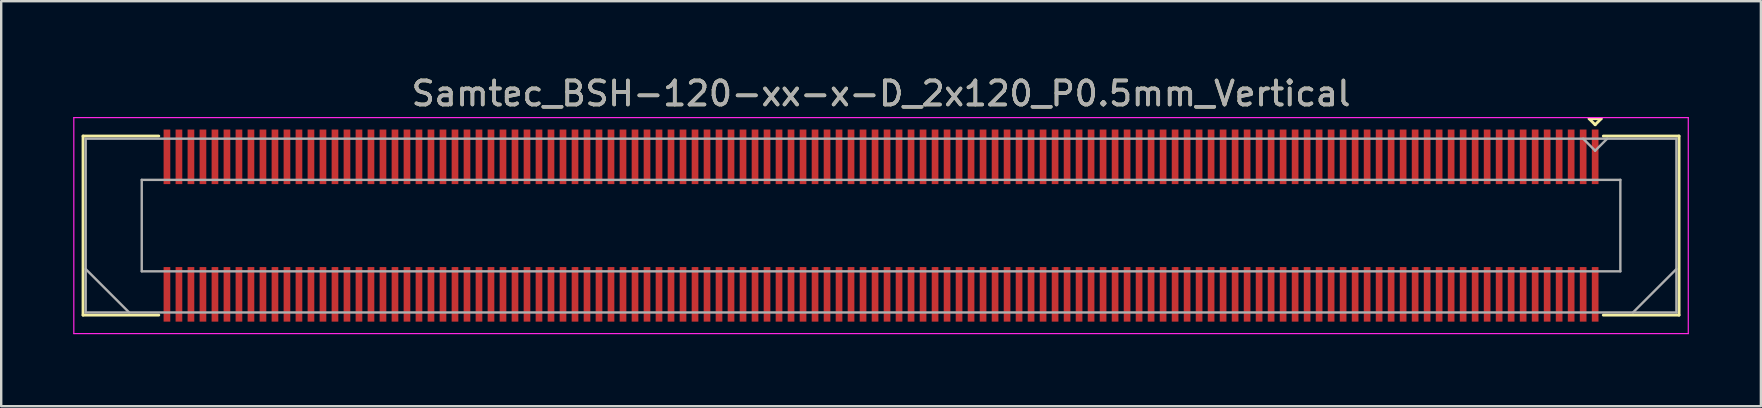
<source format=kicad_pcb>
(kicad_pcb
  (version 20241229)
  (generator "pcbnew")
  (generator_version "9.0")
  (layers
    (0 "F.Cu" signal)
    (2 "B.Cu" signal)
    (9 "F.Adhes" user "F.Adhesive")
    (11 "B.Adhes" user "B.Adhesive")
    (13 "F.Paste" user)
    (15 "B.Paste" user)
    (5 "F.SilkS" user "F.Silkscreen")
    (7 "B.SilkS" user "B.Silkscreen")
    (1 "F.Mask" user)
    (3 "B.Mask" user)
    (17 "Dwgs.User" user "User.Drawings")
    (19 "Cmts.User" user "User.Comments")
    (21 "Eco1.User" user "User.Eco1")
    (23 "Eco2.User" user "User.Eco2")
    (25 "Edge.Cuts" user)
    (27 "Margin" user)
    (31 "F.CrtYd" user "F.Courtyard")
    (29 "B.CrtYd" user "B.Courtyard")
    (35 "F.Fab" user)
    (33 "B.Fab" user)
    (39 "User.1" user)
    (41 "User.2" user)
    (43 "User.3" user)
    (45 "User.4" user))
  (footprint "Samtec_BSH-120-xx-x-D_2x120_P0.5mm_Vertical"
    (layer "F.Cu")
    (at 33.655 6.348)
    (property "Reference" "Samtec_BSH-120-xx-x-D_2x120_P0.5mm_Vertical" (at 0 -5.5 0) (layer "F.SilkS") (effects (font (size 1 1) (thickness 0.15))))
    (attr smd)
    (fp_line (start -33.245 -3.73) (end -30.09 -3.73) (stroke (width 0.12) (type solid)) (layer "F.SilkS"))
    (fp_line (start -33.245 3.73) (end -33.245 -3.73) (stroke (width 0.12) (type solid)) (layer "F.SilkS"))
    (fp_line (start -30.09 3.73) (end -33.245 3.73) (stroke (width 0.12) (type solid)) (layer "F.SilkS"))
    (fp_line (start 29.5 -4.452) (end 30 -4.452) (stroke (width 0.12) (type solid)) (layer "F.SilkS"))
    (fp_line (start 29.75 -4.202) (end 29.5 -4.452) (stroke (width 0.12) (type solid)) (layer "F.SilkS"))
    (fp_line (start 30 -4.452) (end 29.75 -4.202) (stroke (width 0.12) (type solid)) (layer "F.SilkS"))
    (fp_line (start 30.09 3.73) (end 33.245 3.73) (stroke (width 0.12) (type solid)) (layer "F.SilkS"))
    (fp_line (start 33.245 -3.73) (end 30.09 -3.73) (stroke (width 0.12) (type solid)) (layer "F.SilkS"))
    (fp_line (start 33.245 3.73) (end 33.245 -3.73) (stroke (width 0.12) (type solid)) (layer "F.SilkS"))
    (fp_line (start -33.63 -4.5) (end -33.63 4.5) (stroke (width 0.05) (type solid)) (layer "F.CrtYd"))
    (fp_line (start -33.63 4.5) (end 33.63 4.5) (stroke (width 0.05) (type solid)) (layer "F.CrtYd"))
    (fp_line (start 33.63 -4.5) (end -33.63 -4.5) (stroke (width 0.05) (type solid)) (layer "F.CrtYd"))
    (fp_line (start 33.63 4.5) (end 33.63 -4.5) (stroke (width 0.05) (type solid)) (layer "F.CrtYd"))
    (fp_line (start -33.135 -3.62) (end -33.135 3.62) (stroke (width 0.1) (type solid)) (layer "F.Fab"))
    (fp_line (start -33.135 1.81) (end -31.325 3.62) (stroke (width 0.1) (type solid)) (layer "F.Fab"))
    (fp_line (start -33.135 3.62) (end 33.135 3.62) (stroke (width 0.1) (type solid)) (layer "F.Fab"))
    (fp_line (start -30.8 -1.905) (end -30.8 1.905) (stroke (width 0.1) (type solid)) (layer "F.Fab"))
    (fp_line (start -30.8 1.905) (end 30.8 1.905) (stroke (width 0.1) (type solid)) (layer "F.Fab"))
    (fp_line (start 29.75 -3.12) (end 29.25 -3.62) (stroke (width 0.1) (type solid)) (layer "F.Fab"))
    (fp_line (start 30.25 -3.62) (end 29.75 -3.12) (stroke (width 0.1) (type solid)) (layer "F.Fab"))
    (fp_line (start 30.8 -1.905) (end -30.8 -1.905) (stroke (width 0.1) (type solid)) (layer "F.Fab"))
    (fp_line (start 30.8 1.905) (end 30.8 -1.905) (stroke (width 0.1) (type solid)) (layer "F.Fab"))
    (fp_line (start 33.135 -3.62) (end -33.135 -3.62) (stroke (width 0.1) (type solid)) (layer "F.Fab"))
    (fp_line (start 33.135 1.81) (end 31.325 3.62) (stroke (width 0.1) (type solid)) (layer "F.Fab"))
    (fp_line (start 33.135 3.62) (end 33.135 -3.62) (stroke (width 0.1) (type solid)) (layer "F.Fab"))
    (fp_text user "${REFERENCE}" (at 0 -5.5 0) (layer "F.Fab") (effects (font (size 1 1) (thickness 0.15))))
    (pad "1" smd rect (at 29.75 -2.865) (size 0.279 2.273) (layers "F.Cu" "F.Mask" "F.Paste"))
    (pad "2" smd rect (at 29.75 2.865) (size 0.279 2.273) (layers "F.Cu" "F.Mask" "F.Paste"))
    (pad "3" smd rect (at 29.25 -2.865) (size 0.279 2.273) (layers "F.Cu" "F.Mask" "F.Paste"))
    (pad "4" smd rect (at 29.25 2.865) (size 0.279 2.273) (layers "F.Cu" "F.Mask" "F.Paste"))
    (pad "5" smd rect (at 28.75 -2.865) (size 0.279 2.273) (layers "F.Cu" "F.Mask" "F.Paste"))
    (pad "6" smd rect (at 28.75 2.865) (size 0.279 2.273) (layers "F.Cu" "F.Mask" "F.Paste"))
    (pad "7" smd rect (at 28.25 -2.865) (size 0.279 2.273) (layers "F.Cu" "F.Mask" "F.Paste"))
    (pad "8" smd rect (at 28.25 2.865) (size 0.279 2.273) (layers "F.Cu" "F.Mask" "F.Paste"))
    (pad "9" smd rect (at 27.75 -2.865) (size 0.279 2.273) (layers "F.Cu" "F.Mask" "F.Paste"))
    (pad "10" smd rect (at 27.75 2.865) (size 0.279 2.273) (layers "F.Cu" "F.Mask" "F.Paste"))
    (pad "11" smd rect (at 27.25 -2.865) (size 0.279 2.273) (layers "F.Cu" "F.Mask" "F.Paste"))
    (pad "12" smd rect (at 27.25 2.865) (size 0.279 2.273) (layers "F.Cu" "F.Mask" "F.Paste"))
    (pad "13" smd rect (at 26.75 -2.865) (size 0.279 2.273) (layers "F.Cu" "F.Mask" "F.Paste"))
    (pad "14" smd rect (at 26.75 2.865) (size 0.279 2.273) (layers "F.Cu" "F.Mask" "F.Paste"))
    (pad "15" smd rect (at 26.25 -2.865) (size 0.279 2.273) (layers "F.Cu" "F.Mask" "F.Paste"))
    (pad "16" smd rect (at 26.25 2.865) (size 0.279 2.273) (layers "F.Cu" "F.Mask" "F.Paste"))
    (pad "17" smd rect (at 25.75 -2.865) (size 0.279 2.273) (layers "F.Cu" "F.Mask" "F.Paste"))
    (pad "18" smd rect (at 25.75 2.865) (size 0.279 2.273) (layers "F.Cu" "F.Mask" "F.Paste"))
    (pad "19" smd rect (at 25.25 -2.865) (size 0.279 2.273) (layers "F.Cu" "F.Mask" "F.Paste"))
    (pad "20" smd rect (at 25.25 2.865) (size 0.279 2.273) (layers "F.Cu" "F.Mask" "F.Paste"))
    (pad "21" smd rect (at 24.75 -2.865) (size 0.279 2.273) (layers "F.Cu" "F.Mask" "F.Paste"))
    (pad "22" smd rect (at 24.75 2.865) (size 0.279 2.273) (layers "F.Cu" "F.Mask" "F.Paste"))
    (pad "23" smd rect (at 24.25 -2.865) (size 0.279 2.273) (layers "F.Cu" "F.Mask" "F.Paste"))
    (pad "24" smd rect (at 24.25 2.865) (size 0.279 2.273) (layers "F.Cu" "F.Mask" "F.Paste"))
    (pad "25" smd rect (at 23.75 -2.865) (size 0.279 2.273) (layers "F.Cu" "F.Mask" "F.Paste"))
    (pad "26" smd rect (at 23.75 2.865) (size 0.279 2.273) (layers "F.Cu" "F.Mask" "F.Paste"))
    (pad "27" smd rect (at 23.25 -2.865) (size 0.279 2.273) (layers "F.Cu" "F.Mask" "F.Paste"))
    (pad "28" smd rect (at 23.25 2.865) (size 0.279 2.273) (layers "F.Cu" "F.Mask" "F.Paste"))
    (pad "29" smd rect (at 22.75 -2.865) (size 0.279 2.273) (layers "F.Cu" "F.Mask" "F.Paste"))
    (pad "30" smd rect (at 22.75 2.865) (size 0.279 2.273) (layers "F.Cu" "F.Mask" "F.Paste"))
    (pad "31" smd rect (at 22.25 -2.865) (size 0.279 2.273) (layers "F.Cu" "F.Mask" "F.Paste"))
    (pad "32" smd rect (at 22.25 2.865) (size 0.279 2.273) (layers "F.Cu" "F.Mask" "F.Paste"))
    (pad "33" smd rect (at 21.75 -2.865) (size 0.279 2.273) (layers "F.Cu" "F.Mask" "F.Paste"))
    (pad "34" smd rect (at 21.75 2.865) (size 0.279 2.273) (layers "F.Cu" "F.Mask" "F.Paste"))
    (pad "35" smd rect (at 21.25 -2.865) (size 0.279 2.273) (layers "F.Cu" "F.Mask" "F.Paste"))
    (pad "36" smd rect (at 21.25 2.865) (size 0.279 2.273) (layers "F.Cu" "F.Mask" "F.Paste"))
    (pad "37" smd rect (at 20.75 -2.865) (size 0.279 2.273) (layers "F.Cu" "F.Mask" "F.Paste"))
    (pad "38" smd rect (at 20.75 2.865) (size 0.279 2.273) (layers "F.Cu" "F.Mask" "F.Paste"))
    (pad "39" smd rect (at 20.25 -2.865) (size 0.279 2.273) (layers "F.Cu" "F.Mask" "F.Paste"))
    (pad "40" smd rect (at 20.25 2.865) (size 0.279 2.273) (layers "F.Cu" "F.Mask" "F.Paste"))
    (pad "41" smd rect (at 19.75 -2.865) (size 0.279 2.273) (layers "F.Cu" "F.Mask" "F.Paste"))
    (pad "42" smd rect (at 19.75 2.865) (size 0.279 2.273) (layers "F.Cu" "F.Mask" "F.Paste"))
    (pad "43" smd rect (at 19.25 -2.865) (size 0.279 2.273) (layers "F.Cu" "F.Mask" "F.Paste"))
    (pad "44" smd rect (at 19.25 2.865) (size 0.279 2.273) (layers "F.Cu" "F.Mask" "F.Paste"))
    (pad "45" smd rect (at 18.75 -2.865) (size 0.279 2.273) (layers "F.Cu" "F.Mask" "F.Paste"))
    (pad "46" smd rect (at 18.75 2.865) (size 0.279 2.273) (layers "F.Cu" "F.Mask" "F.Paste"))
    (pad "47" smd rect (at 18.25 -2.865) (size 0.279 2.273) (layers "F.Cu" "F.Mask" "F.Paste"))
    (pad "48" smd rect (at 18.25 2.865) (size 0.279 2.273) (layers "F.Cu" "F.Mask" "F.Paste"))
    (pad "49" smd rect (at 17.75 -2.865) (size 0.279 2.273) (layers "F.Cu" "F.Mask" "F.Paste"))
    (pad "50" smd rect (at 17.75 2.865) (size 0.279 2.273) (layers "F.Cu" "F.Mask" "F.Paste"))
    (pad "51" smd rect (at 17.25 -2.865) (size 0.279 2.273) (layers "F.Cu" "F.Mask" "F.Paste"))
    (pad "52" smd rect (at 17.25 2.865) (size 0.279 2.273) (layers "F.Cu" "F.Mask" "F.Paste"))
    (pad "53" smd rect (at 16.75 -2.865) (size 0.279 2.273) (layers "F.Cu" "F.Mask" "F.Paste"))
    (pad "54" smd rect (at 16.75 2.865) (size 0.279 2.273) (layers "F.Cu" "F.Mask" "F.Paste"))
    (pad "55" smd rect (at 16.25 -2.865) (size 0.279 2.273) (layers "F.Cu" "F.Mask" "F.Paste"))
    (pad "56" smd rect (at 16.25 2.865) (size 0.279 2.273) (layers "F.Cu" "F.Mask" "F.Paste"))
    (pad "57" smd rect (at 15.75 -2.865) (size 0.279 2.273) (layers "F.Cu" "F.Mask" "F.Paste"))
    (pad "58" smd rect (at 15.75 2.865) (size 0.279 2.273) (layers "F.Cu" "F.Mask" "F.Paste"))
    (pad "59" smd rect (at 15.25 -2.865) (size 0.279 2.273) (layers "F.Cu" "F.Mask" "F.Paste"))
    (pad "60" smd rect (at 15.25 2.865) (size 0.279 2.273) (layers "F.Cu" "F.Mask" "F.Paste"))
    (pad "61" smd rect (at 14.75 -2.865) (size 0.279 2.273) (layers "F.Cu" "F.Mask" "F.Paste"))
    (pad "62" smd rect (at 14.75 2.865) (size 0.279 2.273) (layers "F.Cu" "F.Mask" "F.Paste"))
    (pad "63" smd rect (at 14.25 -2.865) (size 0.279 2.273) (layers "F.Cu" "F.Mask" "F.Paste"))
    (pad "64" smd rect (at 14.25 2.865) (size 0.279 2.273) (layers "F.Cu" "F.Mask" "F.Paste"))
    (pad "65" smd rect (at 13.75 -2.865) (size 0.279 2.273) (layers "F.Cu" "F.Mask" "F.Paste"))
    (pad "66" smd rect (at 13.75 2.865) (size 0.279 2.273) (layers "F.Cu" "F.Mask" "F.Paste"))
    (pad "67" smd rect (at 13.25 -2.865) (size 0.279 2.273) (layers "F.Cu" "F.Mask" "F.Paste"))
    (pad "68" smd rect (at 13.25 2.865) (size 0.279 2.273) (layers "F.Cu" "F.Mask" "F.Paste"))
    (pad "69" smd rect (at 12.75 -2.865) (size 0.279 2.273) (layers "F.Cu" "F.Mask" "F.Paste"))
    (pad "70" smd rect (at 12.75 2.865) (size 0.279 2.273) (layers "F.Cu" "F.Mask" "F.Paste"))
    (pad "71" smd rect (at 12.25 -2.865) (size 0.279 2.273) (layers "F.Cu" "F.Mask" "F.Paste"))
    (pad "72" smd rect (at 12.25 2.865) (size 0.279 2.273) (layers "F.Cu" "F.Mask" "F.Paste"))
    (pad "73" smd rect (at 11.75 -2.865) (size 0.279 2.273) (layers "F.Cu" "F.Mask" "F.Paste"))
    (pad "74" smd rect (at 11.75 2.865) (size 0.279 2.273) (layers "F.Cu" "F.Mask" "F.Paste"))
    (pad "75" smd rect (at 11.25 -2.865) (size 0.279 2.273) (layers "F.Cu" "F.Mask" "F.Paste"))
    (pad "76" smd rect (at 11.25 2.865) (size 0.279 2.273) (layers "F.Cu" "F.Mask" "F.Paste"))
    (pad "77" smd rect (at 10.75 -2.865) (size 0.279 2.273) (layers "F.Cu" "F.Mask" "F.Paste"))
    (pad "78" smd rect (at 10.75 2.865) (size 0.279 2.273) (layers "F.Cu" "F.Mask" "F.Paste"))
    (pad "79" smd rect (at 10.25 -2.865) (size 0.279 2.273) (layers "F.Cu" "F.Mask" "F.Paste"))
    (pad "80" smd rect (at 10.25 2.865) (size 0.279 2.273) (layers "F.Cu" "F.Mask" "F.Paste"))
    (pad "81" smd rect (at 9.75 -2.865) (size 0.279 2.273) (layers "F.Cu" "F.Mask" "F.Paste"))
    (pad "82" smd rect (at 9.75 2.865) (size 0.279 2.273) (layers "F.Cu" "F.Mask" "F.Paste"))
    (pad "83" smd rect (at 9.25 -2.865) (size 0.279 2.273) (layers "F.Cu" "F.Mask" "F.Paste"))
    (pad "84" smd rect (at 9.25 2.865) (size 0.279 2.273) (layers "F.Cu" "F.Mask" "F.Paste"))
    (pad "85" smd rect (at 8.75 -2.865) (size 0.279 2.273) (layers "F.Cu" "F.Mask" "F.Paste"))
    (pad "86" smd rect (at 8.75 2.865) (size 0.279 2.273) (layers "F.Cu" "F.Mask" "F.Paste"))
    (pad "87" smd rect (at 8.25 -2.865) (size 0.279 2.273) (layers "F.Cu" "F.Mask" "F.Paste"))
    (pad "88" smd rect (at 8.25 2.865) (size 0.279 2.273) (layers "F.Cu" "F.Mask" "F.Paste"))
    (pad "89" smd rect (at 7.75 -2.865) (size 0.279 2.273) (layers "F.Cu" "F.Mask" "F.Paste"))
    (pad "90" smd rect (at 7.75 2.865) (size 0.279 2.273) (layers "F.Cu" "F.Mask" "F.Paste"))
    (pad "91" smd rect (at 7.25 -2.865) (size 0.279 2.273) (layers "F.Cu" "F.Mask" "F.Paste"))
    (pad "92" smd rect (at 7.25 2.865) (size 0.279 2.273) (layers "F.Cu" "F.Mask" "F.Paste"))
    (pad "93" smd rect (at 6.75 -2.865) (size 0.279 2.273) (layers "F.Cu" "F.Mask" "F.Paste"))
    (pad "94" smd rect (at 6.75 2.865) (size 0.279 2.273) (layers "F.Cu" "F.Mask" "F.Paste"))
    (pad "95" smd rect (at 6.25 -2.865) (size 0.279 2.273) (layers "F.Cu" "F.Mask" "F.Paste"))
    (pad "96" smd rect (at 6.25 2.865) (size 0.279 2.273) (layers "F.Cu" "F.Mask" "F.Paste"))
    (pad "97" smd rect (at 5.75 -2.865) (size 0.279 2.273) (layers "F.Cu" "F.Mask" "F.Paste"))
    (pad "98" smd rect (at 5.75 2.865) (size 0.279 2.273) (layers "F.Cu" "F.Mask" "F.Paste"))
    (pad "99" smd rect (at 5.25 -2.865) (size 0.279 2.273) (layers "F.Cu" "F.Mask" "F.Paste"))
    (pad "100" smd rect (at 5.25 2.865) (size 0.279 2.273) (layers "F.Cu" "F.Mask" "F.Paste"))
    (pad "101" smd rect (at 4.75 -2.865) (size 0.279 2.273) (layers "F.Cu" "F.Mask" "F.Paste"))
    (pad "102" smd rect (at 4.75 2.865) (size 0.279 2.273) (layers "F.Cu" "F.Mask" "F.Paste"))
    (pad "103" smd rect (at 4.25 -2.865) (size 0.279 2.273) (layers "F.Cu" "F.Mask" "F.Paste"))
    (pad "104" smd rect (at 4.25 2.865) (size 0.279 2.273) (layers "F.Cu" "F.Mask" "F.Paste"))
    (pad "105" smd rect (at 3.75 -2.865) (size 0.279 2.273) (layers "F.Cu" "F.Mask" "F.Paste"))
    (pad "106" smd rect (at 3.75 2.865) (size 0.279 2.273) (layers "F.Cu" "F.Mask" "F.Paste"))
    (pad "107" smd rect (at 3.25 -2.865) (size 0.279 2.273) (layers "F.Cu" "F.Mask" "F.Paste"))
    (pad "108" smd rect (at 3.25 2.865) (size 0.279 2.273) (layers "F.Cu" "F.Mask" "F.Paste"))
    (pad "109" smd rect (at 2.75 -2.865) (size 0.279 2.273) (layers "F.Cu" "F.Mask" "F.Paste"))
    (pad "110" smd rect (at 2.75 2.865) (size 0.279 2.273) (layers "F.Cu" "F.Mask" "F.Paste"))
    (pad "111" smd rect (at 2.25 -2.865) (size 0.279 2.273) (layers "F.Cu" "F.Mask" "F.Paste"))
    (pad "112" smd rect (at 2.25 2.865) (size 0.279 2.273) (layers "F.Cu" "F.Mask" "F.Paste"))
    (pad "113" smd rect (at 1.75 -2.865) (size 0.279 2.273) (layers "F.Cu" "F.Mask" "F.Paste"))
    (pad "114" smd rect (at 1.75 2.865) (size 0.279 2.273) (layers "F.Cu" "F.Mask" "F.Paste"))
    (pad "115" smd rect (at 1.25 -2.865) (size 0.279 2.273) (layers "F.Cu" "F.Mask" "F.Paste"))
    (pad "116" smd rect (at 1.25 2.865) (size 0.279 2.273) (layers "F.Cu" "F.Mask" "F.Paste"))
    (pad "117" smd rect (at 0.75 -2.865) (size 0.279 2.273) (layers "F.Cu" "F.Mask" "F.Paste"))
    (pad "118" smd rect (at 0.75 2.865) (size 0.279 2.273) (layers "F.Cu" "F.Mask" "F.Paste"))
    (pad "119" smd rect (at 0.25 -2.865) (size 0.279 2.273) (layers "F.Cu" "F.Mask" "F.Paste"))
    (pad "120" smd rect (at 0.25 2.865) (size 0.279 2.273) (layers "F.Cu" "F.Mask" "F.Paste"))
    (pad "121" smd rect (at -0.25 -2.865) (size 0.279 2.273) (layers "F.Cu" "F.Mask" "F.Paste"))
    (pad "122" smd rect (at -0.25 2.865) (size 0.279 2.273) (layers "F.Cu" "F.Mask" "F.Paste"))
    (pad "123" smd rect (at -0.75 -2.865) (size 0.279 2.273) (layers "F.Cu" "F.Mask" "F.Paste"))
    (pad "124" smd rect (at -0.75 2.865) (size 0.279 2.273) (layers "F.Cu" "F.Mask" "F.Paste"))
    (pad "125" smd rect (at -1.25 -2.865) (size 0.279 2.273) (layers "F.Cu" "F.Mask" "F.Paste"))
    (pad "126" smd rect (at -1.25 2.865) (size 0.279 2.273) (layers "F.Cu" "F.Mask" "F.Paste"))
    (pad "127" smd rect (at -1.75 -2.865) (size 0.279 2.273) (layers "F.Cu" "F.Mask" "F.Paste"))
    (pad "128" smd rect (at -1.75 2.865) (size 0.279 2.273) (layers "F.Cu" "F.Mask" "F.Paste"))
    (pad "129" smd rect (at -2.25 -2.865) (size 0.279 2.273) (layers "F.Cu" "F.Mask" "F.Paste"))
    (pad "130" smd rect (at -2.25 2.865) (size 0.279 2.273) (layers "F.Cu" "F.Mask" "F.Paste"))
    (pad "131" smd rect (at -2.75 -2.865) (size 0.279 2.273) (layers "F.Cu" "F.Mask" "F.Paste"))
    (pad "132" smd rect (at -2.75 2.865) (size 0.279 2.273) (layers "F.Cu" "F.Mask" "F.Paste"))
    (pad "133" smd rect (at -3.25 -2.865) (size 0.279 2.273) (layers "F.Cu" "F.Mask" "F.Paste"))
    (pad "134" smd rect (at -3.25 2.865) (size 0.279 2.273) (layers "F.Cu" "F.Mask" "F.Paste"))
    (pad "135" smd rect (at -3.75 -2.865) (size 0.279 2.273) (layers "F.Cu" "F.Mask" "F.Paste"))
    (pad "136" smd rect (at -3.75 2.865) (size 0.279 2.273) (layers "F.Cu" "F.Mask" "F.Paste"))
    (pad "137" smd rect (at -4.25 -2.865) (size 0.279 2.273) (layers "F.Cu" "F.Mask" "F.Paste"))
    (pad "138" smd rect (at -4.25 2.865) (size 0.279 2.273) (layers "F.Cu" "F.Mask" "F.Paste"))
    (pad "139" smd rect (at -4.75 -2.865) (size 0.279 2.273) (layers "F.Cu" "F.Mask" "F.Paste"))
    (pad "140" smd rect (at -4.75 2.865) (size 0.279 2.273) (layers "F.Cu" "F.Mask" "F.Paste"))
    (pad "141" smd rect (at -5.25 -2.865) (size 0.279 2.273) (layers "F.Cu" "F.Mask" "F.Paste"))
    (pad "142" smd rect (at -5.25 2.865) (size 0.279 2.273) (layers "F.Cu" "F.Mask" "F.Paste"))
    (pad "143" smd rect (at -5.75 -2.865) (size 0.279 2.273) (layers "F.Cu" "F.Mask" "F.Paste"))
    (pad "144" smd rect (at -5.75 2.865) (size 0.279 2.273) (layers "F.Cu" "F.Mask" "F.Paste"))
    (pad "145" smd rect (at -6.25 -2.865) (size 0.279 2.273) (layers "F.Cu" "F.Mask" "F.Paste"))
    (pad "146" smd rect (at -6.25 2.865) (size 0.279 2.273) (layers "F.Cu" "F.Mask" "F.Paste"))
    (pad "147" smd rect (at -6.75 -2.865) (size 0.279 2.273) (layers "F.Cu" "F.Mask" "F.Paste"))
    (pad "148" smd rect (at -6.75 2.865) (size 0.279 2.273) (layers "F.Cu" "F.Mask" "F.Paste"))
    (pad "149" smd rect (at -7.25 -2.865) (size 0.279 2.273) (layers "F.Cu" "F.Mask" "F.Paste"))
    (pad "150" smd rect (at -7.25 2.865) (size 0.279 2.273) (layers "F.Cu" "F.Mask" "F.Paste"))
    (pad "151" smd rect (at -7.75 -2.865) (size 0.279 2.273) (layers "F.Cu" "F.Mask" "F.Paste"))
    (pad "152" smd rect (at -7.75 2.865) (size 0.279 2.273) (layers "F.Cu" "F.Mask" "F.Paste"))
    (pad "153" smd rect (at -8.25 -2.865) (size 0.279 2.273) (layers "F.Cu" "F.Mask" "F.Paste"))
    (pad "154" smd rect (at -8.25 2.865) (size 0.279 2.273) (layers "F.Cu" "F.Mask" "F.Paste"))
    (pad "155" smd rect (at -8.75 -2.865) (size 0.279 2.273) (layers "F.Cu" "F.Mask" "F.Paste"))
    (pad "156" smd rect (at -8.75 2.865) (size 0.279 2.273) (layers "F.Cu" "F.Mask" "F.Paste"))
    (pad "157" smd rect (at -9.25 -2.865) (size 0.279 2.273) (layers "F.Cu" "F.Mask" "F.Paste"))
    (pad "158" smd rect (at -9.25 2.865) (size 0.279 2.273) (layers "F.Cu" "F.Mask" "F.Paste"))
    (pad "159" smd rect (at -9.75 -2.865) (size 0.279 2.273) (layers "F.Cu" "F.Mask" "F.Paste"))
    (pad "160" smd rect (at -9.75 2.865) (size 0.279 2.273) (layers "F.Cu" "F.Mask" "F.Paste"))
    (pad "161" smd rect (at -10.25 -2.865) (size 0.279 2.273) (layers "F.Cu" "F.Mask" "F.Paste"))
    (pad "162" smd rect (at -10.25 2.865) (size 0.279 2.273) (layers "F.Cu" "F.Mask" "F.Paste"))
    (pad "163" smd rect (at -10.75 -2.865) (size 0.279 2.273) (layers "F.Cu" "F.Mask" "F.Paste"))
    (pad "164" smd rect (at -10.75 2.865) (size 0.279 2.273) (layers "F.Cu" "F.Mask" "F.Paste"))
    (pad "165" smd rect (at -11.25 -2.865) (size 0.279 2.273) (layers "F.Cu" "F.Mask" "F.Paste"))
    (pad "166" smd rect (at -11.25 2.865) (size 0.279 2.273) (layers "F.Cu" "F.Mask" "F.Paste"))
    (pad "167" smd rect (at -11.75 -2.865) (size 0.279 2.273) (layers "F.Cu" "F.Mask" "F.Paste"))
    (pad "168" smd rect (at -11.75 2.865) (size 0.279 2.273) (layers "F.Cu" "F.Mask" "F.Paste"))
    (pad "169" smd rect (at -12.25 -2.865) (size 0.279 2.273) (layers "F.Cu" "F.Mask" "F.Paste"))
    (pad "170" smd rect (at -12.25 2.865) (size 0.279 2.273) (layers "F.Cu" "F.Mask" "F.Paste"))
    (pad "171" smd rect (at -12.75 -2.865) (size 0.279 2.273) (layers "F.Cu" "F.Mask" "F.Paste"))
    (pad "172" smd rect (at -12.75 2.865) (size 0.279 2.273) (layers "F.Cu" "F.Mask" "F.Paste"))
    (pad "173" smd rect (at -13.25 -2.865) (size 0.279 2.273) (layers "F.Cu" "F.Mask" "F.Paste"))
    (pad "174" smd rect (at -13.25 2.865) (size 0.279 2.273) (layers "F.Cu" "F.Mask" "F.Paste"))
    (pad "175" smd rect (at -13.75 -2.865) (size 0.279 2.273) (layers "F.Cu" "F.Mask" "F.Paste"))
    (pad "176" smd rect (at -13.75 2.865) (size 0.279 2.273) (layers "F.Cu" "F.Mask" "F.Paste"))
    (pad "177" smd rect (at -14.25 -2.865) (size 0.279 2.273) (layers "F.Cu" "F.Mask" "F.Paste"))
    (pad "178" smd rect (at -14.25 2.865) (size 0.279 2.273) (layers "F.Cu" "F.Mask" "F.Paste"))
    (pad "179" smd rect (at -14.75 -2.865) (size 0.279 2.273) (layers "F.Cu" "F.Mask" "F.Paste"))
    (pad "180" smd rect (at -14.75 2.865) (size 0.279 2.273) (layers "F.Cu" "F.Mask" "F.Paste"))
    (pad "181" smd rect (at -15.25 -2.865) (size 0.279 2.273) (layers "F.Cu" "F.Mask" "F.Paste"))
    (pad "182" smd rect (at -15.25 2.865) (size 0.279 2.273) (layers "F.Cu" "F.Mask" "F.Paste"))
    (pad "183" smd rect (at -15.75 -2.865) (size 0.279 2.273) (layers "F.Cu" "F.Mask" "F.Paste"))
    (pad "184" smd rect (at -15.75 2.865) (size 0.279 2.273) (layers "F.Cu" "F.Mask" "F.Paste"))
    (pad "185" smd rect (at -16.25 -2.865) (size 0.279 2.273) (layers "F.Cu" "F.Mask" "F.Paste"))
    (pad "186" smd rect (at -16.25 2.865) (size 0.279 2.273) (layers "F.Cu" "F.Mask" "F.Paste"))
    (pad "187" smd rect (at -16.75 -2.865) (size 0.279 2.273) (layers "F.Cu" "F.Mask" "F.Paste"))
    (pad "188" smd rect (at -16.75 2.865) (size 0.279 2.273) (layers "F.Cu" "F.Mask" "F.Paste"))
    (pad "189" smd rect (at -17.25 -2.865) (size 0.279 2.273) (layers "F.Cu" "F.Mask" "F.Paste"))
    (pad "190" smd rect (at -17.25 2.865) (size 0.279 2.273) (layers "F.Cu" "F.Mask" "F.Paste"))
    (pad "191" smd rect (at -17.75 -2.865) (size 0.279 2.273) (layers "F.Cu" "F.Mask" "F.Paste"))
    (pad "192" smd rect (at -17.75 2.865) (size 0.279 2.273) (layers "F.Cu" "F.Mask" "F.Paste"))
    (pad "193" smd rect (at -18.25 -2.865) (size 0.279 2.273) (layers "F.Cu" "F.Mask" "F.Paste"))
    (pad "194" smd rect (at -18.25 2.865) (size 0.279 2.273) (layers "F.Cu" "F.Mask" "F.Paste"))
    (pad "195" smd rect (at -18.75 -2.865) (size 0.279 2.273) (layers "F.Cu" "F.Mask" "F.Paste"))
    (pad "196" smd rect (at -18.75 2.865) (size 0.279 2.273) (layers "F.Cu" "F.Mask" "F.Paste"))
    (pad "197" smd rect (at -19.25 -2.865) (size 0.279 2.273) (layers "F.Cu" "F.Mask" "F.Paste"))
    (pad "198" smd rect (at -19.25 2.865) (size 0.279 2.273) (layers "F.Cu" "F.Mask" "F.Paste"))
    (pad "199" smd rect (at -19.75 -2.865) (size 0.279 2.273) (layers "F.Cu" "F.Mask" "F.Paste"))
    (pad "200" smd rect (at -19.75 2.865) (size 0.279 2.273) (layers "F.Cu" "F.Mask" "F.Paste"))
    (pad "201" smd rect (at -20.25 -2.865) (size 0.279 2.273) (layers "F.Cu" "F.Mask" "F.Paste"))
    (pad "202" smd rect (at -20.25 2.865) (size 0.279 2.273) (layers "F.Cu" "F.Mask" "F.Paste"))
    (pad "203" smd rect (at -20.75 -2.865) (size 0.279 2.273) (layers "F.Cu" "F.Mask" "F.Paste"))
    (pad "204" smd rect (at -20.75 2.865) (size 0.279 2.273) (layers "F.Cu" "F.Mask" "F.Paste"))
    (pad "205" smd rect (at -21.25 -2.865) (size 0.279 2.273) (layers "F.Cu" "F.Mask" "F.Paste"))
    (pad "206" smd rect (at -21.25 2.865) (size 0.279 2.273) (layers "F.Cu" "F.Mask" "F.Paste"))
    (pad "207" smd rect (at -21.75 -2.865) (size 0.279 2.273) (layers "F.Cu" "F.Mask" "F.Paste"))
    (pad "208" smd rect (at -21.75 2.865) (size 0.279 2.273) (layers "F.Cu" "F.Mask" "F.Paste"))
    (pad "209" smd rect (at -22.25 -2.865) (size 0.279 2.273) (layers "F.Cu" "F.Mask" "F.Paste"))
    (pad "210" smd rect (at -22.25 2.865) (size 0.279 2.273) (layers "F.Cu" "F.Mask" "F.Paste"))
    (pad "211" smd rect (at -22.75 -2.865) (size 0.279 2.273) (layers "F.Cu" "F.Mask" "F.Paste"))
    (pad "212" smd rect (at -22.75 2.865) (size 0.279 2.273) (layers "F.Cu" "F.Mask" "F.Paste"))
    (pad "213" smd rect (at -23.25 -2.865) (size 0.279 2.273) (layers "F.Cu" "F.Mask" "F.Paste"))
    (pad "214" smd rect (at -23.25 2.865) (size 0.279 2.273) (layers "F.Cu" "F.Mask" "F.Paste"))
    (pad "215" smd rect (at -23.75 -2.865) (size 0.279 2.273) (layers "F.Cu" "F.Mask" "F.Paste"))
    (pad "216" smd rect (at -23.75 2.865) (size 0.279 2.273) (layers "F.Cu" "F.Mask" "F.Paste"))
    (pad "217" smd rect (at -24.25 -2.865) (size 0.279 2.273) (layers "F.Cu" "F.Mask" "F.Paste"))
    (pad "218" smd rect (at -24.25 2.865) (size 0.279 2.273) (layers "F.Cu" "F.Mask" "F.Paste"))
    (pad "219" smd rect (at -24.75 -2.865) (size 0.279 2.273) (layers "F.Cu" "F.Mask" "F.Paste"))
    (pad "220" smd rect (at -24.75 2.865) (size 0.279 2.273) (layers "F.Cu" "F.Mask" "F.Paste"))
    (pad "221" smd rect (at -25.25 -2.865) (size 0.279 2.273) (layers "F.Cu" "F.Mask" "F.Paste"))
    (pad "222" smd rect (at -25.25 2.865) (size 0.279 2.273) (layers "F.Cu" "F.Mask" "F.Paste"))
    (pad "223" smd rect (at -25.75 -2.865) (size 0.279 2.273) (layers "F.Cu" "F.Mask" "F.Paste"))
    (pad "224" smd rect (at -25.75 2.865) (size 0.279 2.273) (layers "F.Cu" "F.Mask" "F.Paste"))
    (pad "225" smd rect (at -26.25 -2.865) (size 0.279 2.273) (layers "F.Cu" "F.Mask" "F.Paste"))
    (pad "226" smd rect (at -26.25 2.865) (size 0.279 2.273) (layers "F.Cu" "F.Mask" "F.Paste"))
    (pad "227" smd rect (at -26.75 -2.865) (size 0.279 2.273) (layers "F.Cu" "F.Mask" "F.Paste"))
    (pad "228" smd rect (at -26.75 2.865) (size 0.279 2.273) (layers "F.Cu" "F.Mask" "F.Paste"))
    (pad "229" smd rect (at -27.25 -2.865) (size 0.279 2.273) (layers "F.Cu" "F.Mask" "F.Paste"))
    (pad "230" smd rect (at -27.25 2.865) (size 0.279 2.273) (layers "F.Cu" "F.Mask" "F.Paste"))
    (pad "231" smd rect (at -27.75 -2.865) (size 0.279 2.273) (layers "F.Cu" "F.Mask" "F.Paste"))
    (pad "232" smd rect (at -27.75 2.865) (size 0.279 2.273) (layers "F.Cu" "F.Mask" "F.Paste"))
    (pad "233" smd rect (at -28.25 -2.865) (size 0.279 2.273) (layers "F.Cu" "F.Mask" "F.Paste"))
    (pad "234" smd rect (at -28.25 2.865) (size 0.279 2.273) (layers "F.Cu" "F.Mask" "F.Paste"))
    (pad "235" smd rect (at -28.75 -2.865) (size 0.279 2.273) (layers "F.Cu" "F.Mask" "F.Paste"))
    (pad "236" smd rect (at -28.75 2.865) (size 0.279 2.273) (layers "F.Cu" "F.Mask" "F.Paste"))
    (pad "237" smd rect (at -29.25 -2.865) (size 0.279 2.273) (layers "F.Cu" "F.Mask" "F.Paste"))
    (pad "238" smd rect (at -29.25 2.865) (size 0.279 2.273) (layers "F.Cu" "F.Mask" "F.Paste"))
    (pad "239" smd rect (at -29.75 -2.865) (size 0.279 2.273) (layers "F.Cu" "F.Mask" "F.Paste"))
    (pad "240" smd rect (at -29.75 2.865) (size 0.279 2.273) (layers "F.Cu" "F.Mask" "F.Paste")))
  (gr_rect
    (start -3 -3)
    (end 70.31 13.873)
    (stroke (width 0.1) (type default))
    (fill no)
    (layer "Edge.Cuts")))
</source>
